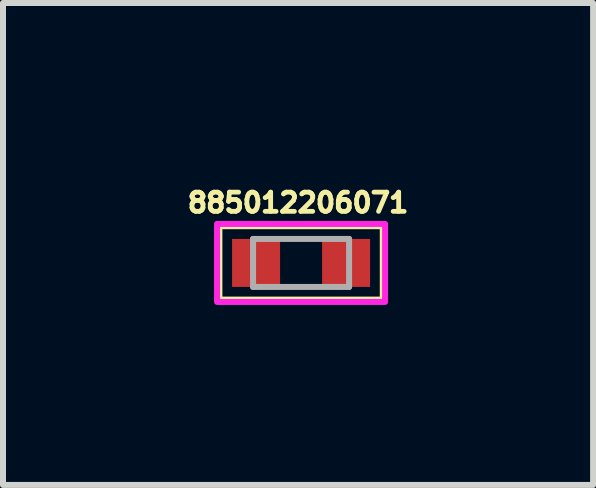
<source format=kicad_pcb>
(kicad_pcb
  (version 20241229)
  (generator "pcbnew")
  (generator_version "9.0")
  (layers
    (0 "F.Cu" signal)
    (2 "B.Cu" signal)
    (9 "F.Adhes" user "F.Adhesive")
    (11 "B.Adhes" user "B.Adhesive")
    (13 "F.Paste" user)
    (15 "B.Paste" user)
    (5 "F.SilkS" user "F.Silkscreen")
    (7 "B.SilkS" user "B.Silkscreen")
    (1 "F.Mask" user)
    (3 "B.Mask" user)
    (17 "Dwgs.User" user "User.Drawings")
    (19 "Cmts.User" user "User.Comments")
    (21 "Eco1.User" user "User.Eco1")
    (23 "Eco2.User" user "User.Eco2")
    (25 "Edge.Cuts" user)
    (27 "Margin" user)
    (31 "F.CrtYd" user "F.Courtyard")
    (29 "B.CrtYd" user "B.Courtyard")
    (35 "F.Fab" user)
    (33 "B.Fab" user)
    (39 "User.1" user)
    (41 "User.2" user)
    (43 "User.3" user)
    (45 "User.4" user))
  (footprint "885012206071"
    (layer "F.Cu")
    (at 1.967 1.331)
    (property "Reference" "885012206071" (at -0.05 -1.003 0) (layer "F.SilkS") (effects (font (size 0.32 0.32) (thickness 0.08))))
    (attr smd)
    (fp_line (start -1.375 -0.625) (end 1.375 -0.625) (stroke (width 0.127) (type solid)) (layer "F.SilkS"))
    (fp_line (start -1.375 0.625) (end -1.375 -0.625) (stroke (width 0.127) (type solid)) (layer "F.SilkS"))
    (fp_line (start 1.375 -0.625) (end 1.375 0.625) (stroke (width 0.127) (type solid)) (layer "F.SilkS"))
    (fp_line (start 1.375 0.625) (end -1.375 0.625) (stroke (width 0.127) (type solid)) (layer "F.SilkS"))
    (fp_poly (pts (xy -1.4 -0.65) (xy 1.4 -0.65) (xy 1.4 0.65) (xy -1.4 0.65)) (stroke (width 0.1) (type solid)) (fill no) (layer "F.CrtYd"))
    (fp_line (start -0.8 -0.4) (end -0.8 0.4) (stroke (width 0.1) (type solid)) (layer "F.Fab"))
    (fp_line (start -0.8 -0.4) (end 0.8 -0.4) (stroke (width 0.1) (type solid)) (layer "F.Fab"))
    (fp_line (start -0.8 0.4) (end 0.8 0.4) (stroke (width 0.1) (type solid)) (layer "F.Fab"))
    (fp_line (start 0.8 0.4) (end 0.8 -0.4) (stroke (width 0.1) (type solid)) (layer "F.Fab"))
    (pad "1" smd rect (at -0.75 0) (size 0.8 0.8) (layers "F.Cu" "F.Mask" "F.Paste"))
    (pad "2" smd rect (at 0.75 0) (size 0.8 0.8) (layers "F.Cu" "F.Mask" "F.Paste")))
  (gr_rect
    (start -3 -3)
    (end 6.833 5.031)
    (stroke (width 0.1) (type default))
    (fill no)
    (layer "Edge.Cuts")))
</source>
